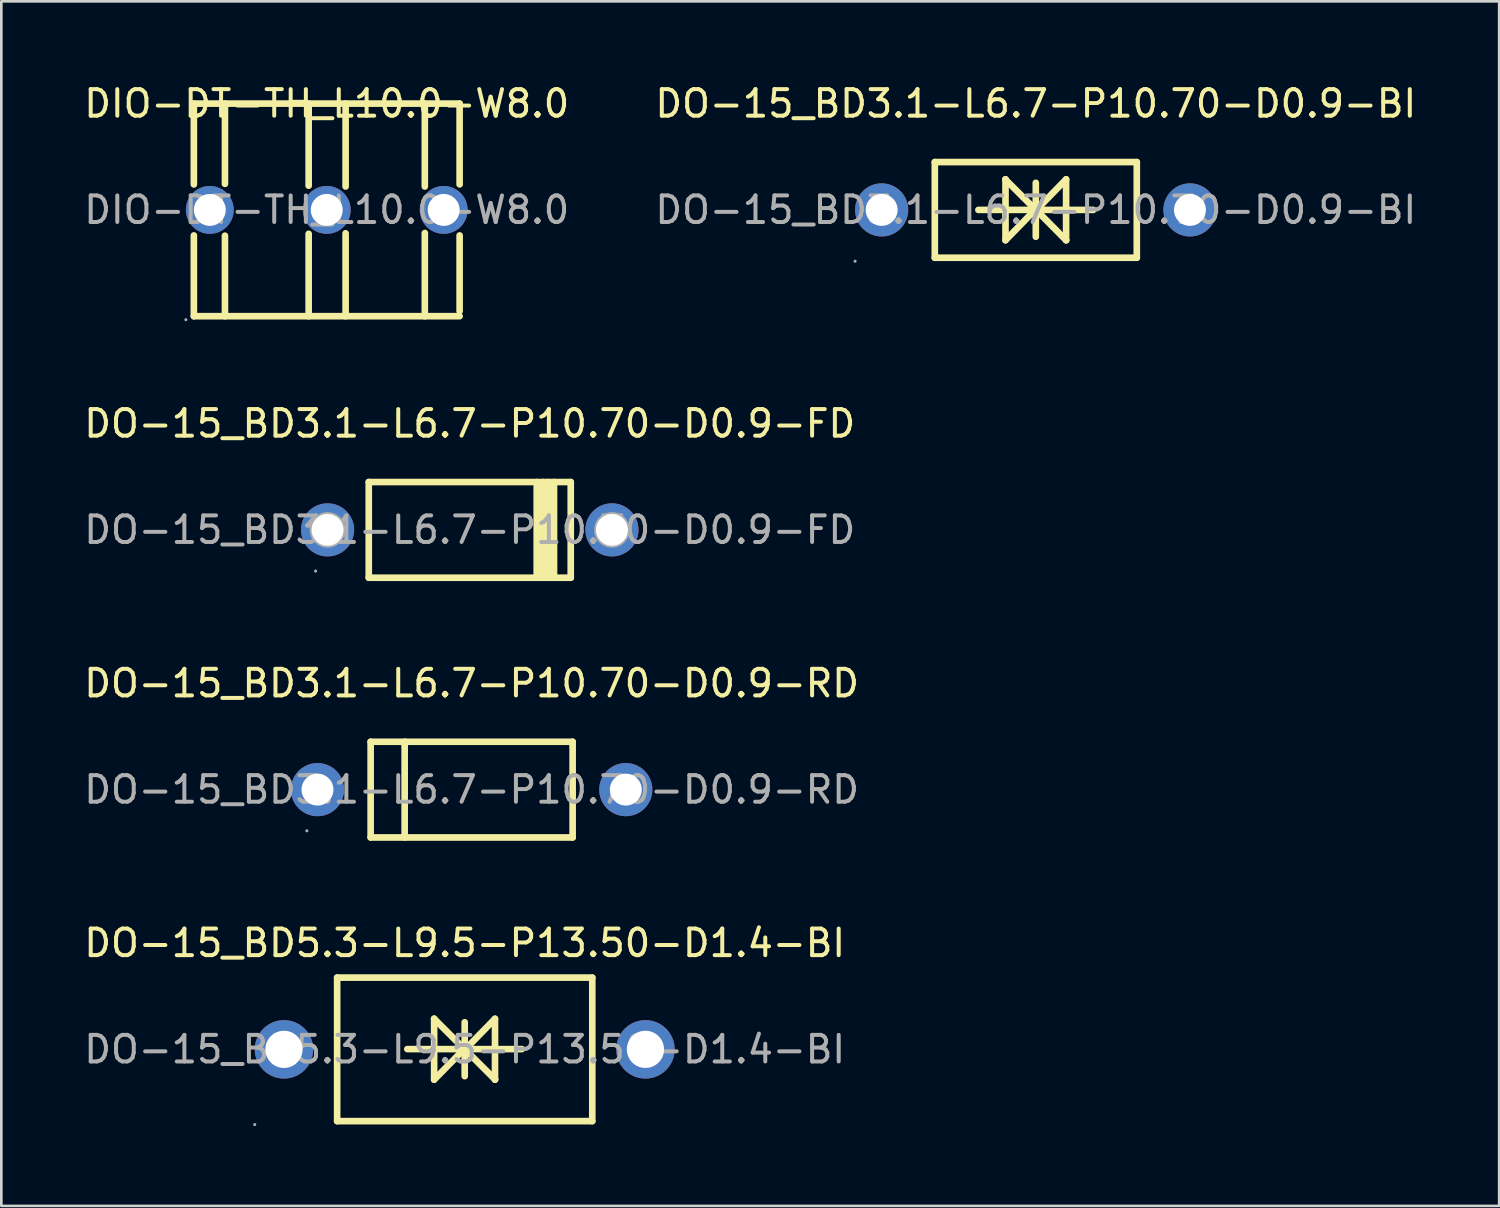
<source format=kicad_pcb>
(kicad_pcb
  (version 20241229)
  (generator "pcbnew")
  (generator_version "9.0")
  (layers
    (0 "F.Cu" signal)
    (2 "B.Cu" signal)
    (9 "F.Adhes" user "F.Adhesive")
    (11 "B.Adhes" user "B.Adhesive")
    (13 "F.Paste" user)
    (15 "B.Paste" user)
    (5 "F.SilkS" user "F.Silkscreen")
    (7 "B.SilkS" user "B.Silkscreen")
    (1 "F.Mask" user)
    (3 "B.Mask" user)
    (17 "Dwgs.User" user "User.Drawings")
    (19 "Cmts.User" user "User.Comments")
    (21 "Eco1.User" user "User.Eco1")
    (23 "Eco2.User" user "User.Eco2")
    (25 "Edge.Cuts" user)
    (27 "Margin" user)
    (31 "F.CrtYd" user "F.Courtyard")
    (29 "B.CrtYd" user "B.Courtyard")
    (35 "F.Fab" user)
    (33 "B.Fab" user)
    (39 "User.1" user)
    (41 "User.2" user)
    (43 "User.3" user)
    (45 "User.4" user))
  (footprint "DO-15_BD5.3-L9.5-P13.50-D1.4-BI"
    (layer "F.Cu")
    (at 14.435 36.433)
    (property "Reference" "DO-15_BD5.3-L9.5-P13.50-D1.4-BI" (at 0 -4 0) (layer "F.SilkS") (effects (font (size 1 1) (thickness 0.15))))
    (attr through_hole)
    (fp_line (start -4.8 -2.7) (end -4.8 2.7) (stroke (width 0.25) (type solid)) (layer "F.SilkS"))
    (fp_line (start -4.8 -2.7) (end 4.8 -2.7) (stroke (width 0.25) (type solid)) (layer "F.SilkS"))
    (fp_line (start -2.16 -0.01) (end 2.15 -0.01) (stroke (width 0.25) (type solid)) (layer "F.SilkS"))
    (fp_line (start -1.15 -1.15) (end -1.15 -1.15) (stroke (width 0.25) (type solid)) (layer "F.SilkS"))
    (fp_line (start -1.15 -1.15) (end -1.15 1.14) (stroke (width 0.25) (type solid)) (layer "F.SilkS"))
    (fp_line (start 0 -1.02) (end 0 1.01) (stroke (width 0.25) (type solid)) (layer "F.SilkS"))
    (fp_line (start 0 -0.03) (end -1.15 1.14) (stroke (width 0.25) (type solid)) (layer "F.SilkS"))
    (fp_line (start 0 -0.01) (end 1.14 1.13) (stroke (width 0.25) (type solid)) (layer "F.SilkS"))
    (fp_line (start 0 0) (end -1.15 -1.15) (stroke (width 0.25) (type solid)) (layer "F.SilkS"))
    (fp_line (start 0 0.02) (end 1.14 -1.15) (stroke (width 0.25) (type solid)) (layer "F.SilkS"))
    (fp_line (start 1.14 1.13) (end 1.14 1.14) (stroke (width 0.25) (type solid)) (layer "F.SilkS"))
    (fp_line (start 1.14 1.14) (end 1.14 -1.15) (stroke (width 0.25) (type solid)) (layer "F.SilkS"))
    (fp_line (start 4.8 -2.7) (end 4.8 2.7) (stroke (width 0.25) (type solid)) (layer "F.SilkS"))
    (fp_line (start 4.8 2.7) (end -4.8 2.7) (stroke (width 0.25) (type solid)) (layer "F.SilkS"))
    (fp_circle (center -7.9 2.83) (end -7.87 2.83) (stroke (width 0.06) (type solid)) (fill no) (layer "F.Fab"))
    (fp_circle (center -6.8 0) (end -6.5 0) (stroke (width 0.6) (type solid)) (fill no) (layer "F.Fab"))
    (fp_circle (center 6.8 0) (end 7.1 0) (stroke (width 0.6) (type solid)) (fill no) (layer "F.Fab"))
    (fp_text user "${REFERENCE}" (at 0 0 0) (layer "F.Fab") (effects (font (size 1 1) (thickness 0.15))))
    (pad "1" thru_hole circle (at -6.8 0 180) (size 2.2 2.2) (drill 1.4) (layers "*.Cu" "*.Paste" "*.Mask"))
    (pad "2" thru_hole circle (at 6.8 0 180) (size 2.2 2.2) (drill 1.4) (layers "*.Cu" "*.Paste" "*.Mask")))
  (footprint "DO-15_BD3.1-L6.7-P10.70-D0.9-BI"
    (layer "F.Cu")
    (at 35.923 4.848)
    (property "Reference" "DO-15_BD3.1-L6.7-P10.70-D0.9-BI" (at 0 -4 0) (layer "F.SilkS") (effects (font (size 1 1) (thickness 0.15))))
    (attr through_hole)
    (fp_line (start -3.8 -1.8) (end -3.8 1.8) (stroke (width 0.25) (type solid)) (layer "F.SilkS"))
    (fp_line (start -3.8 -1.8) (end 3.8 -1.8) (stroke (width 0.25) (type solid)) (layer "F.SilkS"))
    (fp_line (start -3.8 1.8) (end 3.8 1.8) (stroke (width 0.25) (type solid)) (layer "F.SilkS"))
    (fp_line (start -2.16 0) (end 2.16 0) (stroke (width 0.25) (type solid)) (layer "F.SilkS"))
    (fp_line (start -1.14 -1.15) (end -1.14 1.14) (stroke (width 0.25) (type solid)) (layer "F.SilkS"))
    (fp_line (start -1.14 -1.14) (end -1.14 -1.15) (stroke (width 0.25) (type solid)) (layer "F.SilkS"))
    (fp_line (start 0 -1.02) (end 0 1.01) (stroke (width 0.25) (type solid)) (layer "F.SilkS"))
    (fp_line (start 0 -0.03) (end -1.14 1.14) (stroke (width 0.25) (type solid)) (layer "F.SilkS"))
    (fp_line (start 0 -0.01) (end 1.14 1.14) (stroke (width 0.25) (type solid)) (layer "F.SilkS"))
    (fp_line (start 0 0) (end -1.14 -1.14) (stroke (width 0.25) (type solid)) (layer "F.SilkS"))
    (fp_line (start 0 0.02) (end 1.14 -1.15) (stroke (width 0.25) (type solid)) (layer "F.SilkS"))
    (fp_line (start 1.14 1.14) (end 1.14 -1.15) (stroke (width 0.25) (type solid)) (layer "F.SilkS"))
    (fp_line (start 1.14 1.14) (end 1.14 1.14) (stroke (width 0.25) (type solid)) (layer "F.SilkS"))
    (fp_line (start 3.8 -1.8) (end 3.8 1.8) (stroke (width 0.25) (type solid)) (layer "F.SilkS"))
    (fp_circle (center -6.8 1.93) (end -6.77 1.93) (stroke (width 0.06) (type solid)) (fill no) (layer "F.Fab"))
    (fp_circle (center -5.8 0) (end -5.57 0) (stroke (width 0.45) (type solid)) (fill no) (layer "F.Fab"))
    (fp_circle (center 5.8 0) (end 6.03 0) (stroke (width 0.45) (type solid)) (fill no) (layer "F.Fab"))
    (fp_text user "${REFERENCE}" (at 0 0 0) (layer "F.Fab") (effects (font (size 1 1) (thickness 0.15))))
    (pad "1" thru_hole circle (at -5.8 0) (size 2 2) (drill 1.2) (layers "*.Cu" "*.Paste" "*.Mask"))
    (pad "2" thru_hole circle (at 5.8 0) (size 2 2) (drill 1.2) (layers "*.Cu" "*.Paste" "*.Mask")))
  (footprint "DO-15_BD3.1-L6.7-P10.70-D0.9-RD"
    (layer "F.Cu")
    (at 14.696 26.66)
    (property "Reference" "DO-15_BD3.1-L6.7-P10.70-D0.9-RD" (at 0 -4 0) (layer "F.SilkS") (effects (font (size 1 1) (thickness 0.15))))
    (attr through_hole)
    (fp_line (start -3.8 -1.8) (end -3.8 1.8) (stroke (width 0.25) (type solid)) (layer "F.SilkS"))
    (fp_line (start -3.8 -1.8) (end 3.8 -1.8) (stroke (width 0.25) (type solid)) (layer "F.SilkS"))
    (fp_line (start -3.8 1.8) (end 3.8 1.8) (stroke (width 0.25) (type solid)) (layer "F.SilkS"))
    (fp_line (start -2.52 -1.8) (end -2.52 1.8) (stroke (width 0.25) (type solid)) (layer "F.SilkS"))
    (fp_line (start 3.8 -1.8) (end 3.8 1.8) (stroke (width 0.25) (type solid)) (layer "F.SilkS"))
    (fp_circle (center -6.2 1.55) (end -6.17 1.55) (stroke (width 0.06) (type solid)) (fill no) (layer "F.Fab"))
    (fp_circle (center -5.8 0) (end -5.6 0) (stroke (width 0.4) (type solid)) (fill no) (layer "F.Fab"))
    (fp_circle (center 5.8 0) (end 6 0) (stroke (width 0.4) (type solid)) (fill no) (layer "F.Fab"))
    (fp_text user "${REFERENCE}" (at 0 0 0) (layer "F.Fab") (effects (font (size 1 1) (thickness 0.15))))
    (pad "1" thru_hole circle (at -5.8 0) (size 2 2) (drill 1.2) (layers "*.Cu" "*.Paste" "*.Mask"))
    (pad "2" thru_hole circle (at 5.8 0) (size 2 2) (drill 1.2) (layers "*.Cu" "*.Paste" "*.Mask")))
  (footprint "DIO-DT-TH_L10.0-W8.0"
    (layer "F.Cu")
    (at 9.244 4.848)
    (property "Reference" "DIO-DT-TH_L10.0-W8.0" (at 0 -4 0) (layer "F.SilkS") (effects (font (size 1 1) (thickness 0.15))))
    (attr through_hole)
    (fp_line (start -5 -4) (end -5 -0.96) (stroke (width 0.25) (type solid)) (layer "F.SilkS"))
    (fp_line (start -5 -4) (end 5 -4) (stroke (width 0.25) (type solid)) (layer "F.SilkS"))
    (fp_line (start -5 0.96) (end -5 4) (stroke (width 0.25) (type solid)) (layer "F.SilkS"))
    (fp_line (start -3.83 -0.98) (end -3.83 -4) (stroke (width 0.25) (type solid)) (layer "F.SilkS"))
    (fp_line (start -3.83 4) (end -3.83 0.97) (stroke (width 0.25) (type solid)) (layer "F.SilkS"))
    (fp_line (start -0.68 -4) (end -0.68 -0.91) (stroke (width 0.25) (type solid)) (layer "F.SilkS"))
    (fp_line (start -0.68 0.9) (end -0.68 4) (stroke (width 0.25) (type solid)) (layer "F.SilkS"))
    (fp_line (start 0.71 -0.88) (end 0.71 -4) (stroke (width 0.25) (type solid)) (layer "F.SilkS"))
    (fp_line (start 0.71 4) (end 0.71 0.88) (stroke (width 0.25) (type solid)) (layer "F.SilkS"))
    (fp_line (start 3.69 -4) (end 3.69 -0.88) (stroke (width 0.25) (type solid)) (layer "F.SilkS"))
    (fp_line (start 3.69 0.87) (end 3.69 4) (stroke (width 0.25) (type solid)) (layer "F.SilkS"))
    (fp_line (start 5 -4) (end 5 -0.96) (stroke (width 0.25) (type solid)) (layer "F.SilkS"))
    (fp_line (start 5 0.96) (end 5 3.81) (stroke (width 0.25) (type solid)) (layer "F.SilkS"))
    (fp_line (start 5 4) (end -5 4) (stroke (width 0.25) (type solid)) (layer "F.SilkS"))
    (fp_circle (center -5.3 4.13) (end -5.27 4.13) (stroke (width 0.06) (type solid)) (fill no) (layer "F.Fab"))
    (fp_circle (center -4.4 0) (end -4.15 0) (stroke (width 0.5) (type solid)) (fill no) (layer "F.Fab"))
    (fp_circle (center 0 0) (end 0.25 0) (stroke (width 0.5) (type solid)) (fill no) (layer "F.Fab"))
    (fp_circle (center 4.4 0) (end 4.65 0) (stroke (width 0.5) (type solid)) (fill no) (layer "F.Fab"))
    (fp_text user "${REFERENCE}" (at 0 0 0) (layer "F.Fab") (effects (font (size 1 1) (thickness 0.15))))
    (pad "1" thru_hole circle (at -4.4 0) (size 1.8 1.8) (drill 1.2) (layers "*.Cu" "*.Paste" "*.Mask"))
    (pad "2" thru_hole circle (at 0 0) (size 1.8 1.8) (drill 1.2) (layers "*.Cu" "*.Paste" "*.Mask"))
    (pad "3" thru_hole circle (at 4.4 0) (size 1.8 1.8) (drill 1.2) (layers "*.Cu" "*.Paste" "*.Mask")))
  (footprint "DO-15_BD3.1-L6.7-P10.70-D0.9-FD"
    (layer "F.Cu")
    (at 14.625 16.887)
    (property "Reference" "DO-15_BD3.1-L6.7-P10.70-D0.9-FD" (at 0 -4 0) (layer "F.SilkS") (effects (font (size 1 1) (thickness 0.15))))
    (attr through_hole)
    (fp_line (start -3.8 1.8) (end -3.8 -1.8) (stroke (width 0.25) (type solid)) (layer "F.SilkS"))
    (fp_line (start 2.52 1.8) (end 2.52 -1.8) (stroke (width 0.25) (type solid)) (layer "F.SilkS"))
    (fp_line (start 2.75 1.8) (end 2.75 -1.8) (stroke (width 0.25) (type solid)) (layer "F.SilkS"))
    (fp_line (start 2.95 -1.8) (end 2.95 1.8) (stroke (width 0.25) (type solid)) (layer "F.SilkS"))
    (fp_line (start 3.17 -1.8) (end 3.17 1.8) (stroke (width 0.25) (type solid)) (layer "F.SilkS"))
    (fp_line (start 3.8 -1.8) (end -3.8 -1.8) (stroke (width 0.25) (type solid)) (layer "F.SilkS"))
    (fp_line (start 3.8 1.8) (end -3.8 1.8) (stroke (width 0.25) (type solid)) (layer "F.SilkS"))
    (fp_line (start 3.8 1.8) (end 3.8 -1.8) (stroke (width 0.25) (type solid)) (layer "F.SilkS"))
    (fp_circle (center -5.8 1.55) (end -5.77 1.55) (stroke (width 0.06) (type solid)) (fill no) (layer "F.Fab"))
    (fp_circle (center -5.35 0) (end -5.13 0) (stroke (width 0.45) (type solid)) (fill no) (layer "F.Fab"))
    (fp_circle (center 5.35 0) (end 5.57 0) (stroke (width 0.45) (type solid)) (fill no) (layer "F.Fab"))
    (fp_text user "${REFERENCE}" (at 0 0 0) (layer "F.Fab") (effects (font (size 1 1) (thickness 0.15))))
    (pad "1" thru_hole circle (at -5.35 0 180) (size 2 2) (drill 1.2) (layers "*.Cu" "*.Paste" "*.Mask"))
    (pad "2" thru_hole circle (at 5.35 0 180) (size 2 2) (drill 1.2) (layers "*.Cu" "*.Paste" "*.Mask")))
  (gr_rect
    (start -3 -3)
    (end 53.357 42.323)
    (stroke (width 0.1) (type default))
    (fill no)
    (layer "Edge.Cuts")))
</source>
